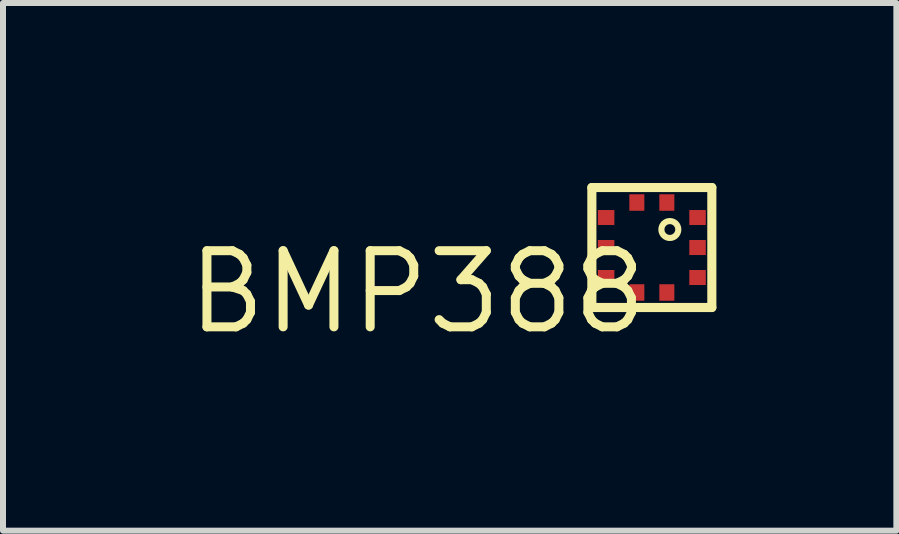
<source format=kicad_pcb>
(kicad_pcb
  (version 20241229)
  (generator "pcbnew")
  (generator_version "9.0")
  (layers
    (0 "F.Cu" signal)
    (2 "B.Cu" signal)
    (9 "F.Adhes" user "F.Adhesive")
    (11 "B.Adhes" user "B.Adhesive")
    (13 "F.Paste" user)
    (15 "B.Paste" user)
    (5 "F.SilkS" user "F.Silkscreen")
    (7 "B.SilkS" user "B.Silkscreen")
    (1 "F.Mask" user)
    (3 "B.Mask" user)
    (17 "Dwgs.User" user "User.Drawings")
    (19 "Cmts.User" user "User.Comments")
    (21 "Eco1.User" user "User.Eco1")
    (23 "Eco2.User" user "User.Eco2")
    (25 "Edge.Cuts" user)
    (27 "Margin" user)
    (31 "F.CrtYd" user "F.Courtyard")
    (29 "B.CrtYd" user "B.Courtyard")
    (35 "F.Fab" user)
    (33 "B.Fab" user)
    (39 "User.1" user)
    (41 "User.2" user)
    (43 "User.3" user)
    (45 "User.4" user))
  (footprint "BMP388"
    (layer "F.Cu")
    (at 7.816 1.076)
    (property "Reference" "BMP388" (at 0 0 0) (layer "F.SilkS") (effects (font (size 1.27 1.27) (thickness 0.15)) (justify right top)))
    (attr through_hole)
    (fp_line (start -1 -1) (end 1 -1) (stroke (width 0.152) (type solid)) (layer "F.SilkS"))
    (fp_line (start -1 1) (end -1 -1) (stroke (width 0.152) (type solid)) (layer "F.SilkS"))
    (fp_line (start 1 -1) (end 1 1) (stroke (width 0.152) (type solid)) (layer "F.SilkS"))
    (fp_line (start 1 1) (end -1 1) (stroke (width 0.152) (type solid)) (layer "F.SilkS"))
    (fp_circle (center 0.3 -0.3) (end 0.441 -0.3) (stroke (width 0.102) (type solid)) (fill no) (layer "F.SilkS"))
    (pad "1" smd rect (at 0.25 -0.75 180) (size 0.25 0.275) (layers "F.Cu" "F.Mask" "F.Paste"))
    (pad "2" smd rect (at -0.25 -0.75 180) (size 0.25 0.275) (layers "F.Cu" "F.Mask" "F.Paste"))
    (pad "3" smd rect (at -0.762 -0.5 90) (size 0.25 0.275) (layers "F.Cu" "F.Mask" "F.Paste"))
    (pad "4" smd rect (at -0.762 0 90) (size 0.25 0.275) (layers "F.Cu" "F.Mask" "F.Paste"))
    (pad "5" smd rect (at -0.762 0.5 90) (size 0.25 0.275) (layers "F.Cu" "F.Mask" "F.Paste"))
    (pad "6" smd rect (at -0.25 0.75 180) (size 0.25 0.275) (layers "F.Cu" "F.Mask" "F.Paste"))
    (pad "7" smd rect (at 0.25 0.75 180) (size 0.25 0.275) (layers "F.Cu" "F.Mask" "F.Paste"))
    (pad "8" smd rect (at 0.762 0.5 90) (size 0.25 0.275) (layers "F.Cu" "F.Mask" "F.Paste"))
    (pad "9" smd rect (at 0.762 0 90) (size 0.25 0.275) (layers "F.Cu" "F.Mask" "F.Paste"))
    (pad "10" smd rect (at 0.762 -0.5 90) (size 0.25 0.275) (layers "F.Cu" "F.Mask" "F.Paste")))
  (gr_rect
    (start -3 -3)
    (end 11.892 5.796)
    (stroke (width 0.1) (type default))
    (fill no)
    (layer "Edge.Cuts")))
</source>
